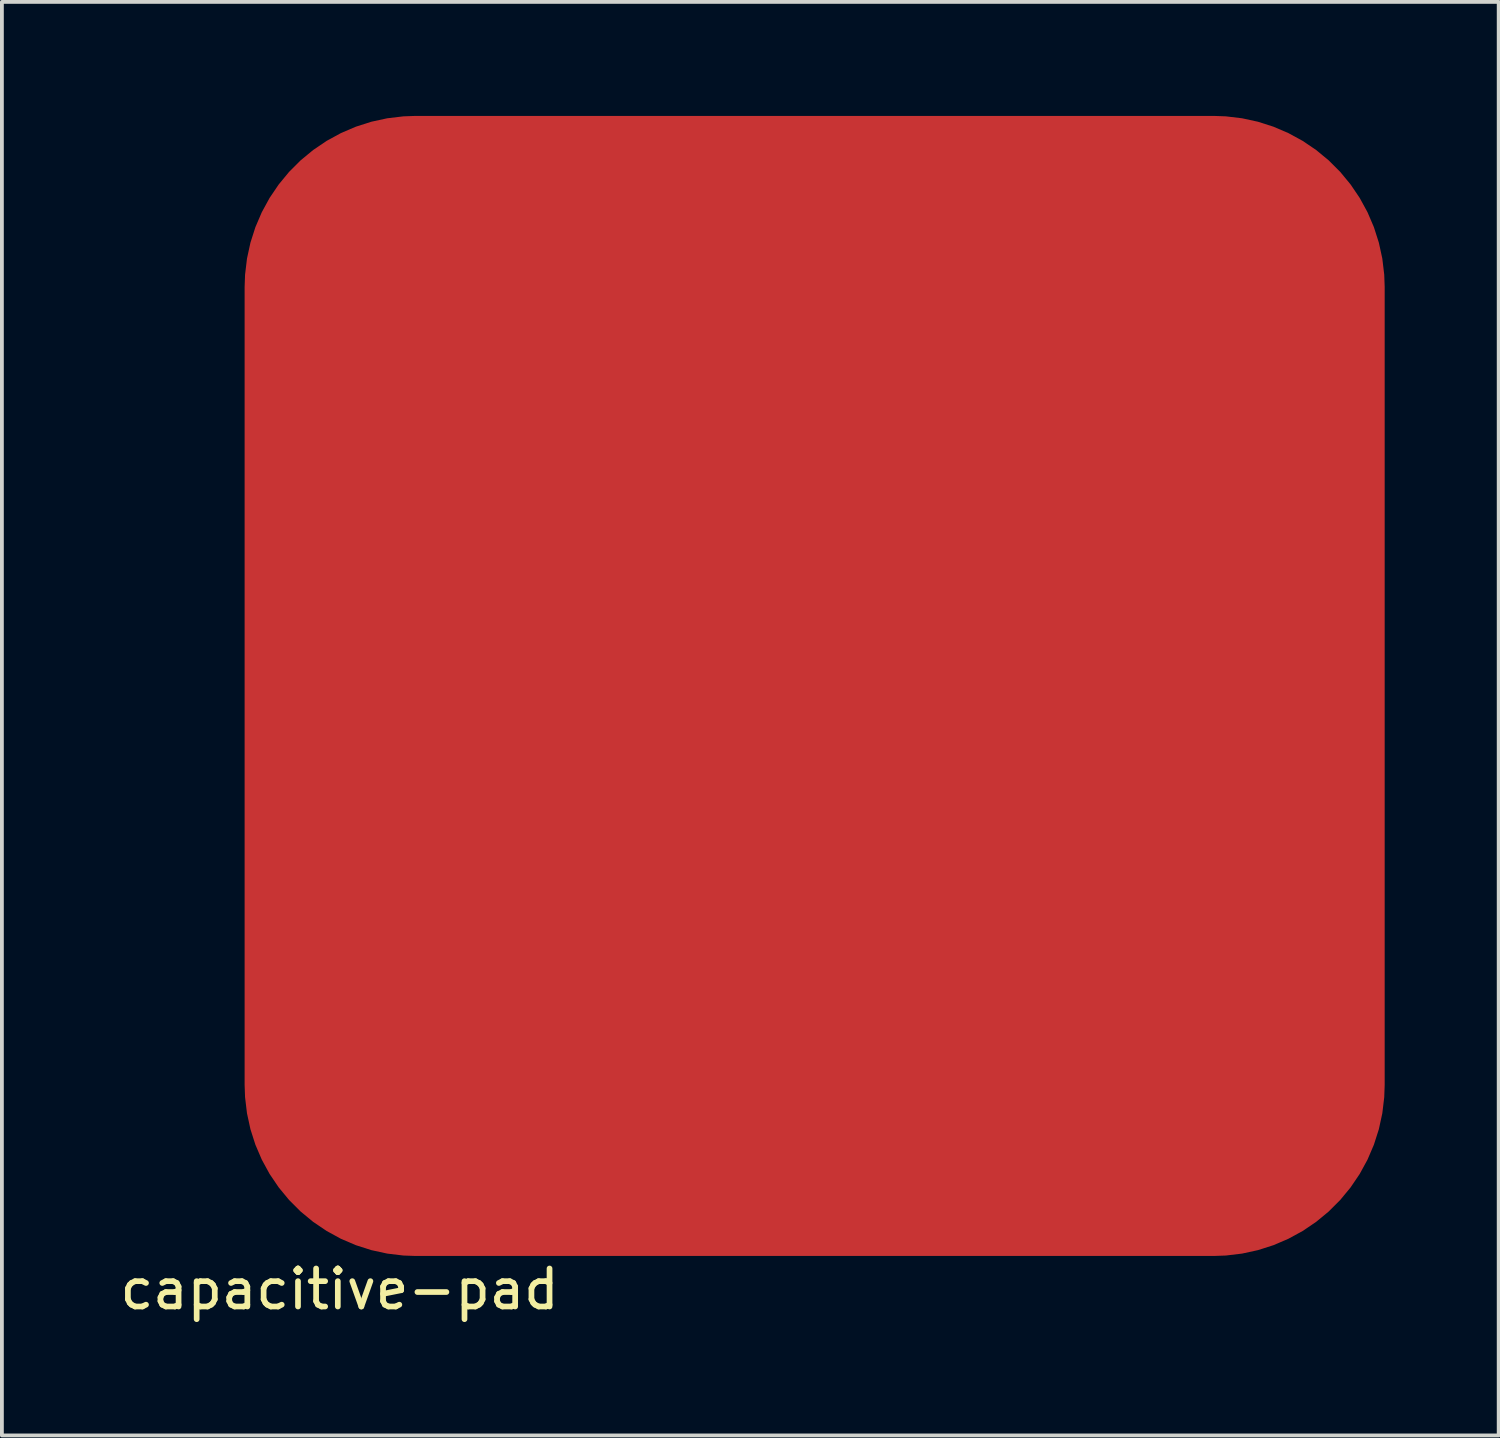
<source format=kicad_pcb>
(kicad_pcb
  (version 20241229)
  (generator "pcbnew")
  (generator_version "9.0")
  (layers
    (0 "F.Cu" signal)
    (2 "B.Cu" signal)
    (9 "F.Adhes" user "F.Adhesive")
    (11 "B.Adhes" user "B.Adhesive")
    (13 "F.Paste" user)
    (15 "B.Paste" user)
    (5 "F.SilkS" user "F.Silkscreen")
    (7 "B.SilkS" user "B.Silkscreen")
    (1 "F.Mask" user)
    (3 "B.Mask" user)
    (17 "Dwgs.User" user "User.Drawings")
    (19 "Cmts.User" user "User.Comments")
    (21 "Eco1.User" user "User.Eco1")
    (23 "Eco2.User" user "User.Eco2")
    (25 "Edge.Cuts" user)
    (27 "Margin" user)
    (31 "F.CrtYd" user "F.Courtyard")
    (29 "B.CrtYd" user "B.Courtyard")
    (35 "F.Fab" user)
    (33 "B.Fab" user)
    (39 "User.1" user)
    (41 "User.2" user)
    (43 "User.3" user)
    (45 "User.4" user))
  (footprint "capacitive-pad"
    (layer "F.Cu")
    (at 18.387 15)
    (property "Reference" "capacitive-pad" (at -12.5 15.875 0) (layer "F.SilkS") (effects (font (size 1 1) (thickness 0.15))))
    (attr through_hole)
    (pad "1" smd roundrect (at 0 0) (size 30 30) (layers "F.Cu" "F.Mask" "F.Paste") (roundrect_rratio 0.15)))
  (gr_rect
    (start -3 -3)
    (end 36.387 34.723)
    (stroke (width 0.1) (type default))
    (fill no)
    (layer "Edge.Cuts")))
</source>
